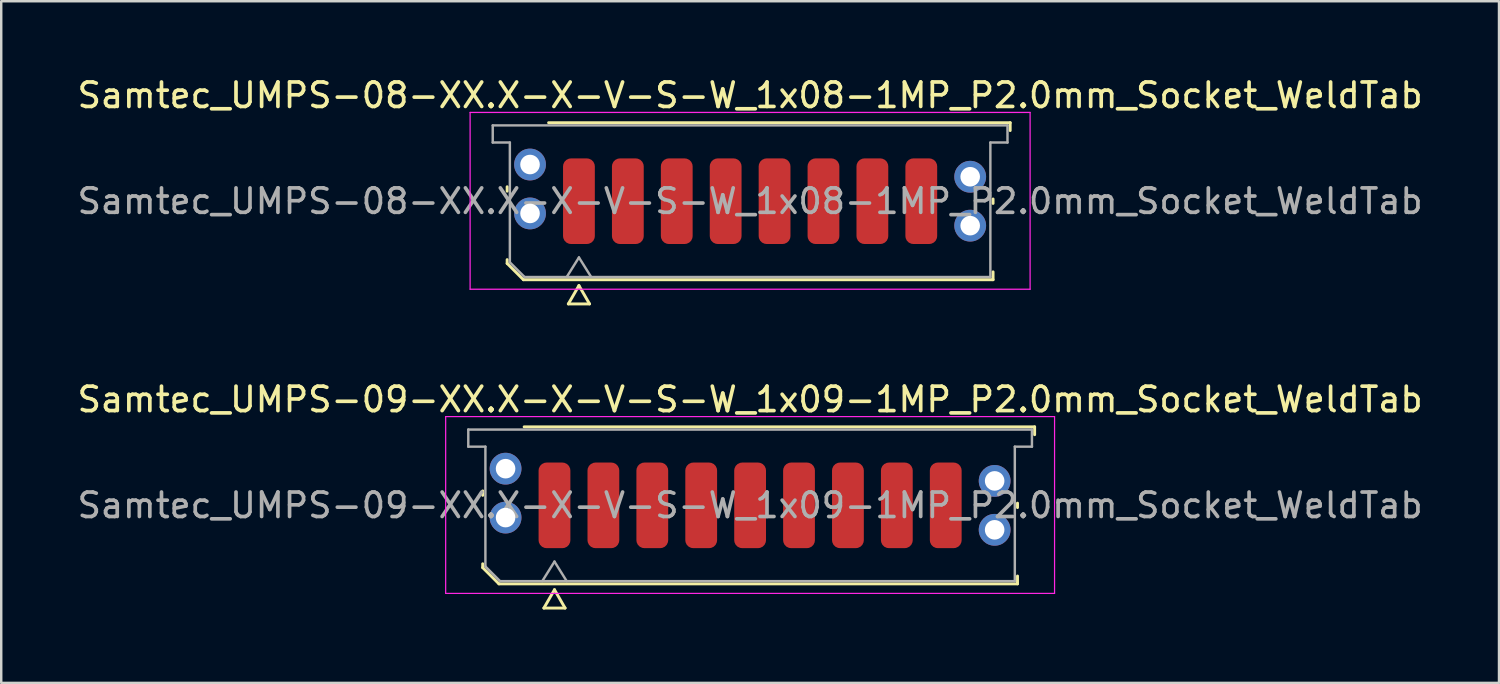
<source format=kicad_pcb>
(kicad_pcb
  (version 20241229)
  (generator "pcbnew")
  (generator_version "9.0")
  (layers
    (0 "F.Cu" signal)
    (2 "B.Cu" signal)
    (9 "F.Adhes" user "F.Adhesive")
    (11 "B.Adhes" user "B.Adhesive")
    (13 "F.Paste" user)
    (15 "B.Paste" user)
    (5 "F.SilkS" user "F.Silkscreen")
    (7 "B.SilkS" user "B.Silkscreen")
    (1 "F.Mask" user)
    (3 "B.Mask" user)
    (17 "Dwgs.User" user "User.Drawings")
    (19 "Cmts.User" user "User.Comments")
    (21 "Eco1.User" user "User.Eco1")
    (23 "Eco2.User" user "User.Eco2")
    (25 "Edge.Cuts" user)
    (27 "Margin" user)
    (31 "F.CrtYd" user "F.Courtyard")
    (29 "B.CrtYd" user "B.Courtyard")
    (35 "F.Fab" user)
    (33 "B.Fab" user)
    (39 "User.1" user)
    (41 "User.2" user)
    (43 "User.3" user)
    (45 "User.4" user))
  (footprint "Samtec_UMPS-08-XX.X-X-V-S-W_1x08-1MP_P2.0mm_Socket_WeldTab"
    (layer "F.Cu")
    (at 27.625 5.178)
    (property "Reference" "Samtec_UMPS-08-XX.X-X-V-S-W_1x08-1MP_P2.0mm_Socket_WeldTab" (at 0 -4.33 0) (layer "F.SilkS") (effects (font (size 1 1) (thickness 0.15))))
    (attr smd)
    (fp_line (start -9.935 -0.41) (end -9.935 -0.59) (stroke (width 0.12) (type solid)) (layer "F.SilkS"))
    (fp_line (start -9.935 2.546) (end -9.935 2.39) (stroke (width 0.12) (type solid)) (layer "F.SilkS"))
    (fp_line (start -9.271 3.21) (end -9.935 2.546) (stroke (width 0.12) (type solid)) (layer "F.SilkS"))
    (fp_line (start -8.24 -3.21) (end 10.635 -3.21) (stroke (width 0.12) (type solid)) (layer "F.SilkS"))
    (fp_line (start -7.433 4.2) (end -7 3.45) (stroke (width 0.12) (type solid)) (layer "F.SilkS"))
    (fp_line (start -7 3.45) (end -6.567 4.2) (stroke (width 0.12) (type solid)) (layer "F.SilkS"))
    (fp_line (start -6.567 4.2) (end -7.433 4.2) (stroke (width 0.12) (type solid)) (layer "F.SilkS"))
    (fp_line (start 9.935 -0.09) (end 9.935 0.09) (stroke (width 0.12) (type solid)) (layer "F.SilkS"))
    (fp_line (start 9.935 2.89) (end 9.935 3.21) (stroke (width 0.12) (type solid)) (layer "F.SilkS"))
    (fp_line (start 9.935 3.21) (end -9.271 3.21) (stroke (width 0.12) (type solid)) (layer "F.SilkS"))
    (fp_line (start 10.635 -3.21) (end 10.635 -2.89) (stroke (width 0.12) (type solid)) (layer "F.SilkS"))
    (fp_line (start -11.45 -3.63) (end -11.45 3.6) (stroke (width 0.05) (type solid)) (layer "F.CrtYd"))
    (fp_line (start -11.45 3.6) (end 11.45 3.6) (stroke (width 0.05) (type solid)) (layer "F.CrtYd"))
    (fp_line (start 11.45 -3.63) (end -11.45 -3.63) (stroke (width 0.05) (type solid)) (layer "F.CrtYd"))
    (fp_line (start 11.45 3.6) (end 11.45 -3.63) (stroke (width 0.05) (type solid)) (layer "F.CrtYd"))
    (fp_line (start -10.525 -3.1) (end 10.525 -3.1) (stroke (width 0.1) (type solid)) (layer "F.Fab"))
    (fp_line (start -10.525 -2.4) (end -10.525 -3.1) (stroke (width 0.1) (type solid)) (layer "F.Fab"))
    (fp_line (start -9.825 -2.4) (end -10.525 -2.4) (stroke (width 0.1) (type solid)) (layer "F.Fab"))
    (fp_line (start -9.825 2.5) (end -9.825 -2.4) (stroke (width 0.1) (type solid)) (layer "F.Fab"))
    (fp_line (start -9.225 3.1) (end -9.825 2.5) (stroke (width 0.1) (type solid)) (layer "F.Fab"))
    (fp_line (start -7.5 3.1) (end -7 2.3) (stroke (width 0.1) (type solid)) (layer "F.Fab"))
    (fp_line (start -7 2.3) (end -6.5 3.1) (stroke (width 0.1) (type solid)) (layer "F.Fab"))
    (fp_line (start 9.825 -2.4) (end 9.825 3.1) (stroke (width 0.1) (type solid)) (layer "F.Fab"))
    (fp_line (start 9.825 3.1) (end -9.225 3.1) (stroke (width 0.1) (type solid)) (layer "F.Fab"))
    (fp_line (start 10.525 -3.1) (end 10.525 -2.4) (stroke (width 0.1) (type solid)) (layer "F.Fab"))
    (fp_line (start 10.525 -2.4) (end 9.825 -2.4) (stroke (width 0.1) (type solid)) (layer "F.Fab"))
    (fp_text user "${REFERENCE}" (at 0 0 0) (layer "F.Fab") (effects (font (size 1 1) (thickness 0.15))))
    (pad "" smd rect (at -9.725 -1.99) (size 2.45 2.28) (layers "F.Paste"))
    (pad "" smd rect (at -9.725 0.99) (size 2.45 2.28) (layers "F.Paste"))
    (pad "" smd rect (at 9.725 -1.49) (size 2.45 2.28) (layers "F.Paste"))
    (pad "" smd rect (at 9.725 1.49) (size 2.45 2.28) (layers "F.Paste"))
    (pad "1" smd roundrect (at -7 0) (size 1.3 3.5) (layers "F.Cu" "F.Mask" "F.Paste") (roundrect_rratio 0.25))
    (pad "2" smd roundrect (at -5 0) (size 1.3 3.5) (layers "F.Cu" "F.Mask" "F.Paste") (roundrect_rratio 0.25))
    (pad "3" smd roundrect (at -3 0) (size 1.3 3.5) (layers "F.Cu" "F.Mask" "F.Paste") (roundrect_rratio 0.25))
    (pad "4" smd roundrect (at -1 0) (size 1.3 3.5) (layers "F.Cu" "F.Mask" "F.Paste") (roundrect_rratio 0.25))
    (pad "5" smd roundrect (at 1 0) (size 1.3 3.5) (layers "F.Cu" "F.Mask" "F.Paste") (roundrect_rratio 0.25))
    (pad "6" smd roundrect (at 3 0) (size 1.3 3.5) (layers "F.Cu" "F.Mask" "F.Paste") (roundrect_rratio 0.25))
    (pad "7" smd roundrect (at 5 0) (size 1.3 3.5) (layers "F.Cu" "F.Mask" "F.Paste") (roundrect_rratio 0.25))
    (pad "8" smd roundrect (at 7 0) (size 1.3 3.5) (layers "F.Cu" "F.Mask" "F.Paste") (roundrect_rratio 0.25))
    (pad "MP" thru_hole circle (at -9 -1.5) (size 1.3 1.3) (drill 0.8) (layers "*.Cu" "*.Mask"))
    (pad "MP" thru_hole circle (at -9 0.5) (size 1.3 1.3) (drill 0.8) (layers "*.Cu" "*.Mask"))
    (pad "MP" thru_hole circle (at 9 -1) (size 1.3 1.3) (drill 0.8) (layers "*.Cu" "*.Mask"))
    (pad "MP" thru_hole circle (at 9 1) (size 1.3 1.3) (drill 0.8) (layers "*.Cu" "*.Mask")))
  (footprint "Samtec_UMPS-09-XX.X-X-V-S-W_1x09-1MP_P2.0mm_Socket_WeldTab"
    (layer "F.Cu")
    (at 27.625 17.616)
    (property "Reference" "Samtec_UMPS-09-XX.X-X-V-S-W_1x09-1MP_P2.0mm_Socket_WeldTab" (at 0 -4.33 0) (layer "F.SilkS") (effects (font (size 1 1) (thickness 0.15))))
    (attr smd)
    (fp_line (start -10.935 -0.41) (end -10.935 -0.59) (stroke (width 0.12) (type solid)) (layer "F.SilkS"))
    (fp_line (start -10.935 2.546) (end -10.935 2.39) (stroke (width 0.12) (type solid)) (layer "F.SilkS"))
    (fp_line (start -10.271 3.21) (end -10.935 2.546) (stroke (width 0.12) (type solid)) (layer "F.SilkS"))
    (fp_line (start -9.24 -3.21) (end 11.635 -3.21) (stroke (width 0.12) (type solid)) (layer "F.SilkS"))
    (fp_line (start -8.433 4.2) (end -8 3.45) (stroke (width 0.12) (type solid)) (layer "F.SilkS"))
    (fp_line (start -8 3.45) (end -7.567 4.2) (stroke (width 0.12) (type solid)) (layer "F.SilkS"))
    (fp_line (start -7.567 4.2) (end -8.433 4.2) (stroke (width 0.12) (type solid)) (layer "F.SilkS"))
    (fp_line (start 10.935 -0.09) (end 10.935 0.09) (stroke (width 0.12) (type solid)) (layer "F.SilkS"))
    (fp_line (start 10.935 2.89) (end 10.935 3.21) (stroke (width 0.12) (type solid)) (layer "F.SilkS"))
    (fp_line (start 10.935 3.21) (end -10.271 3.21) (stroke (width 0.12) (type solid)) (layer "F.SilkS"))
    (fp_line (start 11.635 -3.21) (end 11.635 -2.89) (stroke (width 0.12) (type solid)) (layer "F.SilkS"))
    (fp_line (start -12.45 -3.63) (end -12.45 3.6) (stroke (width 0.05) (type solid)) (layer "F.CrtYd"))
    (fp_line (start -12.45 3.6) (end 12.45 3.6) (stroke (width 0.05) (type solid)) (layer "F.CrtYd"))
    (fp_line (start 12.45 -3.63) (end -12.45 -3.63) (stroke (width 0.05) (type solid)) (layer "F.CrtYd"))
    (fp_line (start 12.45 3.6) (end 12.45 -3.63) (stroke (width 0.05) (type solid)) (layer "F.CrtYd"))
    (fp_line (start -11.525 -3.1) (end 11.525 -3.1) (stroke (width 0.1) (type solid)) (layer "F.Fab"))
    (fp_line (start -11.525 -2.4) (end -11.525 -3.1) (stroke (width 0.1) (type solid)) (layer "F.Fab"))
    (fp_line (start -10.825 -2.4) (end -11.525 -2.4) (stroke (width 0.1) (type solid)) (layer "F.Fab"))
    (fp_line (start -10.825 2.5) (end -10.825 -2.4) (stroke (width 0.1) (type solid)) (layer "F.Fab"))
    (fp_line (start -10.225 3.1) (end -10.825 2.5) (stroke (width 0.1) (type solid)) (layer "F.Fab"))
    (fp_line (start -8.5 3.1) (end -8 2.3) (stroke (width 0.1) (type solid)) (layer "F.Fab"))
    (fp_line (start -8 2.3) (end -7.5 3.1) (stroke (width 0.1) (type solid)) (layer "F.Fab"))
    (fp_line (start 10.825 -2.4) (end 10.825 3.1) (stroke (width 0.1) (type solid)) (layer "F.Fab"))
    (fp_line (start 10.825 3.1) (end -10.225 3.1) (stroke (width 0.1) (type solid)) (layer "F.Fab"))
    (fp_line (start 11.525 -3.1) (end 11.525 -2.4) (stroke (width 0.1) (type solid)) (layer "F.Fab"))
    (fp_line (start 11.525 -2.4) (end 10.825 -2.4) (stroke (width 0.1) (type solid)) (layer "F.Fab"))
    (fp_text user "${REFERENCE}" (at 0 0 0) (layer "F.Fab") (effects (font (size 1 1) (thickness 0.15))))
    (pad "" smd rect (at -10.725 -1.99) (size 2.45 2.28) (layers "F.Paste"))
    (pad "" smd rect (at -10.725 0.99) (size 2.45 2.28) (layers "F.Paste"))
    (pad "" smd rect (at 10.725 -1.49) (size 2.45 2.28) (layers "F.Paste"))
    (pad "" smd rect (at 10.725 1.49) (size 2.45 2.28) (layers "F.Paste"))
    (pad "1" smd roundrect (at -8 0) (size 1.3 3.5) (layers "F.Cu" "F.Mask" "F.Paste") (roundrect_rratio 0.25))
    (pad "2" smd roundrect (at -6 0) (size 1.3 3.5) (layers "F.Cu" "F.Mask" "F.Paste") (roundrect_rratio 0.25))
    (pad "3" smd roundrect (at -4 0) (size 1.3 3.5) (layers "F.Cu" "F.Mask" "F.Paste") (roundrect_rratio 0.25))
    (pad "4" smd roundrect (at -2 0) (size 1.3 3.5) (layers "F.Cu" "F.Mask" "F.Paste") (roundrect_rratio 0.25))
    (pad "5" smd roundrect (at 0 0) (size 1.3 3.5) (layers "F.Cu" "F.Mask" "F.Paste") (roundrect_rratio 0.25))
    (pad "6" smd roundrect (at 2 0) (size 1.3 3.5) (layers "F.Cu" "F.Mask" "F.Paste") (roundrect_rratio 0.25))
    (pad "7" smd roundrect (at 4 0) (size 1.3 3.5) (layers "F.Cu" "F.Mask" "F.Paste") (roundrect_rratio 0.25))
    (pad "8" smd roundrect (at 6 0) (size 1.3 3.5) (layers "F.Cu" "F.Mask" "F.Paste") (roundrect_rratio 0.25))
    (pad "9" smd roundrect (at 8 0) (size 1.3 3.5) (layers "F.Cu" "F.Mask" "F.Paste") (roundrect_rratio 0.25))
    (pad "MP" thru_hole circle (at -10 -1.5) (size 1.3 1.3) (drill 0.8) (layers "*.Cu" "*.Mask"))
    (pad "MP" thru_hole circle (at -10 0.5) (size 1.3 1.3) (drill 0.8) (layers "*.Cu" "*.Mask"))
    (pad "MP" thru_hole circle (at 10 -1) (size 1.3 1.3) (drill 0.8) (layers "*.Cu" "*.Mask"))
    (pad "MP" thru_hole circle (at 10 1) (size 1.3 1.3) (drill 0.8) (layers "*.Cu" "*.Mask")))
  (gr_rect
    (start -3 -3)
    (end 58.25 24.877)
    (stroke (width 0.1) (type default))
    (fill no)
    (layer "Edge.Cuts")))
</source>
